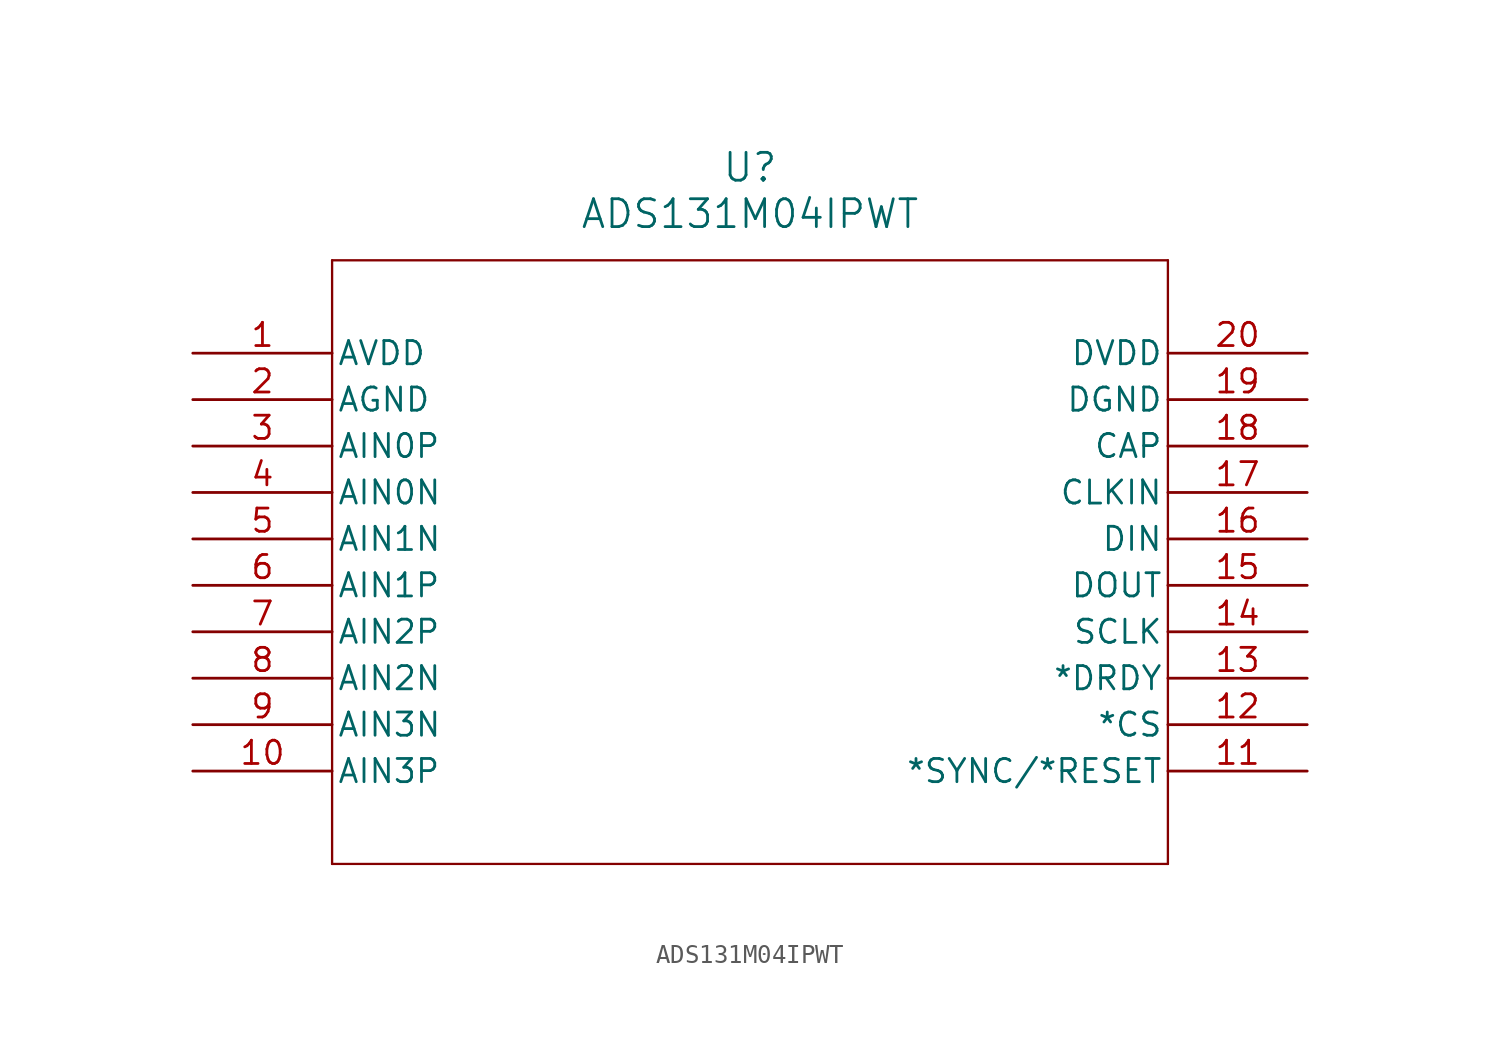
<source format=kicad_sym>
(kicad_symbol_lib
  (version 20211014)
  (generator kicad_symbol_editor)
  (symbol "ADS131M04IPWT"
    (pin_names
      (offset 0.254))
    (property "Reference" "U"
      (at 30.48 10.16 0)
      (effects (font (size 1.524 1.524))))
    (property "Value" "ADS131M04IPWT"
      (at 30.48 7.62 0)
      (effects (font (size 1.524 1.524))))
    (symbol "ADS131M04IPWT_0_1"
      (polyline (pts (xy 7.62 5.08) (xy 7.62 -27.94)) (stroke (width 0.127) (type default) (color 0 0 0 0)) (fill (type none)))
      (polyline (pts (xy 7.62 -27.94) (xy 53.34 -27.94)) (stroke (width 0.127) (type default) (color 0 0 0 0)) (fill (type none)))
      (polyline (pts (xy 53.34 -27.94) (xy 53.34 5.08)) (stroke (width 0.127) (type default) (color 0 0 0 0)) (fill (type none)))
      (polyline (pts (xy 53.34 5.08) (xy 7.62 5.08)) (stroke (width 0.127) (type default) (color 0 0 0 0)) (fill (type none)))
      (pin power_in line (at 0 0 0) (length 7.62) (name "AVDD" (effects (font (size 1.27 1.27)))) (number "1" (effects (font (size 1.27 1.27)))))
      (pin power_out line (at 0 -2.54 0) (length 7.62) (name "AGND" (effects (font (size 1.27 1.27)))) (number "2" (effects (font (size 1.27 1.27)))))
      (pin bidirectional line (at 0 -5.08 0) (length 7.62) (name "AIN0P" (effects (font (size 1.27 1.27)))) (number "3" (effects (font (size 1.27 1.27)))))
      (pin bidirectional line (at 0 -7.62 0) (length 7.62) (name "AIN0N" (effects (font (size 1.27 1.27)))) (number "4" (effects (font (size 1.27 1.27)))))
      (pin input line (at 0 -10.16 0) (length 7.62) (name "AIN1N" (effects (font (size 1.27 1.27)))) (number "5" (effects (font (size 1.27 1.27)))))
      (pin input line (at 0 -12.7 0) (length 7.62) (name "AIN1P" (effects (font (size 1.27 1.27)))) (number "6" (effects (font (size 1.27 1.27)))))
      (pin input line (at 0 -15.24 0) (length 7.62) (name "AIN2P" (effects (font (size 1.27 1.27)))) (number "7" (effects (font (size 1.27 1.27)))))
      (pin input line (at 0 -17.78 0) (length 7.62) (name "AIN2N" (effects (font (size 1.27 1.27)))) (number "8" (effects (font (size 1.27 1.27)))))
      (pin input line (at 0 -20.32 0) (length 7.62) (name "AIN3N" (effects (font (size 1.27 1.27)))) (number "9" (effects (font (size 1.27 1.27)))))
      (pin input line (at 0 -22.86 0) (length 7.62) (name "AIN3P" (effects (font (size 1.27 1.27)))) (number "10" (effects (font (size 1.27 1.27)))))
      (pin unspecified line (at 60.96 -22.86 180) (length 7.62) (name "*SYNC/*RESET" (effects (font (size 1.27 1.27)))) (number "11" (effects (font (size 1.27 1.27)))))
      (pin unspecified line (at 60.96 -20.32 180) (length 7.62) (name "*CS" (effects (font (size 1.27 1.27)))) (number "12" (effects (font (size 1.27 1.27)))))
      (pin unspecified line (at 60.96 -17.78 180) (length 7.62) (name "*DRDY" (effects (font (size 1.27 1.27)))) (number "13" (effects (font (size 1.27 1.27)))))
      (pin unspecified line (at 60.96 -15.24 180) (length 7.62) (name "SCLK" (effects (font (size 1.27 1.27)))) (number "14" (effects (font (size 1.27 1.27)))))
      (pin output line (at 60.96 -12.7 180) (length 7.62) (name "DOUT" (effects (font (size 1.27 1.27)))) (number "15" (effects (font (size 1.27 1.27)))))
      (pin unspecified line (at 60.96 -10.16 180) (length 7.62) (name "DIN" (effects (font (size 1.27 1.27)))) (number "16" (effects (font (size 1.27 1.27)))))
      (pin unspecified line (at 60.96 -7.62 180) (length 7.62) (name "CLKIN" (effects (font (size 1.27 1.27)))) (number "17" (effects (font (size 1.27 1.27)))))
      (pin unspecified line (at 60.96 -5.08 180) (length 7.62) (name "CAP" (effects (font (size 1.27 1.27)))) (number "18" (effects (font (size 1.27 1.27)))))
      (pin power_out line (at 60.96 -2.54 180) (length 7.62) (name "DGND" (effects (font (size 1.27 1.27)))) (number "19" (effects (font (size 1.27 1.27)))))
      (pin power_in line (at 60.96 0 180) (length 7.62) (name "DVDD" (effects (font (size 1.27 1.27)))) (number "20" (effects (font (size 1.27 1.27))))))))
</source>
